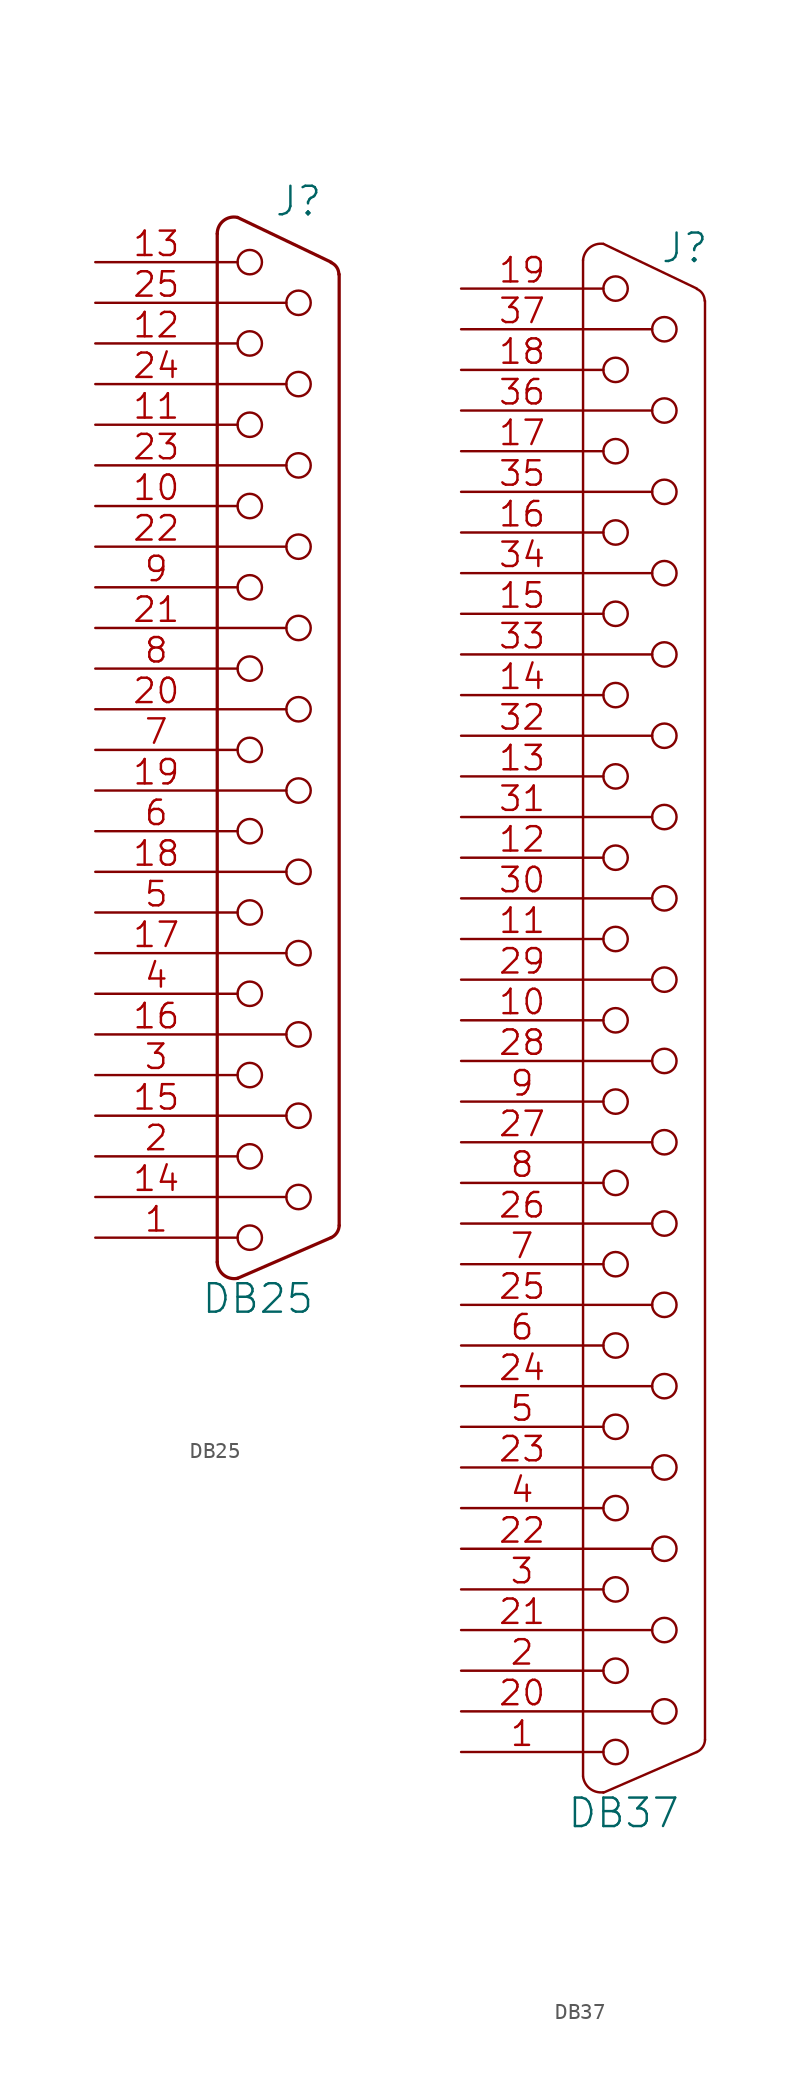
<source format=kicad_sym>
(kicad_symbol_lib
  (version 20220914)
  (generator kicad_symbol_editor)
  (symbol "DB25"
    (pin_names
      (offset 1.016) hide)
    (property "Reference" "J"
      (at 1.27 34.29 0)
      (effects (font (size 1.778 1.778))))
    (property "Value" "DB25"
      (at -1.27 -34.29 0)
      (effects (font (size 1.778 1.778))))
    (property "Footprint" ""
      (at 0 0 0)
      (effects (font (size 1.524 1.524))))
    (property "Datasheet" ""
      (at 0 0 0)
      (effects (font (size 1.524 1.524))))
    (symbol "DB25_0_1"
      (arc (start -3.81 -32.004) (mid -3.4118 -32.8103) (end -2.54 -33.02) (stroke (width 0.2032) (type default)) (fill (type none)))
      (arc (start -2.54 33.274) (mid -3.4192 33.0712) (end -3.81 32.258) (stroke (width 0.2032) (type default)) (fill (type none)))
      (circle (center -1.778 -30.48) (radius 0.762) (stroke (width 0) (type default)) (fill (type none)))
      (circle (center -1.778 -25.4) (radius 0.762) (stroke (width 0) (type default)) (fill (type none)))
      (circle (center -1.778 -20.32) (radius 0.762) (stroke (width 0) (type default)) (fill (type none)))
      (circle (center -1.778 -15.24) (radius 0.762) (stroke (width 0) (type default)) (fill (type none)))
      (circle (center -1.778 -10.16) (radius 0.762) (stroke (width 0) (type default)) (fill (type none)))
      (circle (center -1.778 -5.08) (radius 0.762) (stroke (width 0) (type default)) (fill (type none)))
      (circle (center -1.778 0) (radius 0.762) (stroke (width 0) (type default)) (fill (type none)))
      (circle (center -1.778 5.08) (radius 0.762) (stroke (width 0) (type default)) (fill (type none)))
      (circle (center -1.778 10.16) (radius 0.762) (stroke (width 0) (type default)) (fill (type none)))
      (circle (center -1.778 15.24) (radius 0.762) (stroke (width 0) (type default)) (fill (type none)))
      (circle (center -1.778 20.32) (radius 0.762) (stroke (width 0) (type default)) (fill (type none)))
      (circle (center -1.778 25.4) (radius 0.762) (stroke (width 0) (type default)) (fill (type none)))
      (circle (center -1.778 30.48) (radius 0.762) (stroke (width 0) (type default)) (fill (type none)))
      (polyline (pts (xy -3.81 -32.004) (xy -3.81 32.258)) (stroke (width 0.203) (type default)) (fill (type none)))
      (polyline (pts (xy -3.81 -30.48) (xy -2.54 -30.48)) (stroke (width 0) (type default)) (fill (type none)))
      (polyline (pts (xy -3.81 -27.94) (xy 0.508 -27.94)) (stroke (width 0) (type default)) (fill (type none)))
      (polyline (pts (xy -3.81 -25.4) (xy -2.54 -25.4)) (stroke (width 0) (type default)) (fill (type none)))
      (polyline (pts (xy -3.81 -22.86) (xy 0.508 -22.86)) (stroke (width 0) (type default)) (fill (type none)))
      (polyline (pts (xy -3.81 -20.32) (xy -2.54 -20.32)) (stroke (width 0) (type default)) (fill (type none)))
      (polyline (pts (xy -3.81 -17.78) (xy 0.508 -17.78)) (stroke (width 0) (type default)) (fill (type none)))
      (polyline (pts (xy -3.81 -15.24) (xy -2.54 -15.24)) (stroke (width 0) (type default)) (fill (type none)))
      (polyline (pts (xy -3.81 -12.7) (xy 0.508 -12.7)) (stroke (width 0) (type default)) (fill (type none)))
      (polyline (pts (xy -3.81 -10.16) (xy -2.54 -10.16)) (stroke (width 0) (type default)) (fill (type none)))
      (polyline (pts (xy -3.81 -7.62) (xy 0.508 -7.62)) (stroke (width 0) (type default)) (fill (type none)))
      (polyline (pts (xy -3.81 -5.08) (xy -2.54 -5.08)) (stroke (width 0) (type default)) (fill (type none)))
      (polyline (pts (xy -3.81 -2.54) (xy 0.508 -2.54)) (stroke (width 0) (type default)) (fill (type none)))
      (polyline (pts (xy -3.81 0) (xy -2.54 0)) (stroke (width 0) (type default)) (fill (type none)))
      (polyline (pts (xy -3.81 2.54) (xy 0.508 2.54)) (stroke (width 0) (type default)) (fill (type none)))
      (polyline (pts (xy -3.81 5.08) (xy -2.54 5.08)) (stroke (width 0) (type default)) (fill (type none)))
      (polyline (pts (xy -3.81 7.62) (xy 0.508 7.62)) (stroke (width 0) (type default)) (fill (type none)))
      (polyline (pts (xy -3.81 10.16) (xy -2.54 10.16)) (stroke (width 0) (type default)) (fill (type none)))
      (polyline (pts (xy -3.81 12.7) (xy 0.508 12.7)) (stroke (width 0) (type default)) (fill (type none)))
      (polyline (pts (xy -3.81 15.24) (xy -2.54 15.24)) (stroke (width 0) (type default)) (fill (type none)))
      (polyline (pts (xy -3.81 17.78) (xy 0.508 17.78)) (stroke (width 0) (type default)) (fill (type none)))
      (polyline (pts (xy -3.81 20.32) (xy -2.54 20.32)) (stroke (width 0) (type default)) (fill (type none)))
      (polyline (pts (xy -3.81 22.86) (xy 0.508 22.86)) (stroke (width 0) (type default)) (fill (type none)))
      (polyline (pts (xy -3.81 25.4) (xy -2.54 25.4)) (stroke (width 0) (type default)) (fill (type none)))
      (polyline (pts (xy -3.81 27.94) (xy 0.508 27.94)) (stroke (width 0) (type default)) (fill (type none)))
      (polyline (pts (xy -3.81 30.48) (xy -2.54 30.48)) (stroke (width 0) (type default)) (fill (type none)))
      (polyline (pts (xy -2.54 -33.02) (xy 3.302 -30.48)) (stroke (width 0.203) (type default)) (fill (type none)))
      (polyline (pts (xy 3.302 30.48) (xy -2.54 33.274)) (stroke (width 0.203) (type default)) (fill (type none)))
      (polyline (pts (xy 3.81 -29.718) (xy 3.81 29.718)) (stroke (width 0.203) (type default)) (fill (type none)))
      (circle (center 1.27 -27.94) (radius 0.762) (stroke (width 0) (type default)) (fill (type none)))
      (circle (center 1.27 -22.86) (radius 0.762) (stroke (width 0) (type default)) (fill (type none)))
      (circle (center 1.27 -17.78) (radius 0.762) (stroke (width 0) (type default)) (fill (type none)))
      (circle (center 1.27 -12.7) (radius 0.762) (stroke (width 0) (type default)) (fill (type none)))
      (circle (center 1.27 -7.62) (radius 0.762) (stroke (width 0) (type default)) (fill (type none)))
      (circle (center 1.27 -2.54) (radius 0.762) (stroke (width 0) (type default)) (fill (type none)))
      (circle (center 1.27 2.54) (radius 0.762) (stroke (width 0) (type default)) (fill (type none)))
      (circle (center 1.27 7.62) (radius 0.762) (stroke (width 0) (type default)) (fill (type none)))
      (circle (center 1.27 12.7) (radius 0.762) (stroke (width 0) (type default)) (fill (type none)))
      (circle (center 1.27 17.78) (radius 0.762) (stroke (width 0) (type default)) (fill (type none)))
      (circle (center 1.27 22.86) (radius 0.762) (stroke (width 0) (type default)) (fill (type none)))
      (circle (center 1.27 27.94) (radius 0.762) (stroke (width 0) (type default)) (fill (type none)))
      (arc (start 3.302 -30.48) (mid 3.6653 -30.1718) (end 3.81 -29.718) (stroke (width 0.2032) (type default)) (fill (type none)))
      (arc (start 3.7846 29.718) (mid 3.654 30.1598) (end 3.302 30.4546) (stroke (width 0.2032) (type default)) (fill (type none))))
    (symbol "DB25_1_1"
      (pin passive line (at -11.43 -30.48 0) (length 7.62) (name "1" (effects (font (size 1.524 1.524)))) (number "1" (effects (font (size 1.524 1.524)))))
      (pin passive line (at -11.43 15.24 0) (length 7.62) (name "10" (effects (font (size 1.524 1.524)))) (number "10" (effects (font (size 1.524 1.524)))))
      (pin passive line (at -11.43 20.32 0) (length 7.62) (name "11" (effects (font (size 1.524 1.524)))) (number "11" (effects (font (size 1.524 1.524)))))
      (pin passive line (at -11.43 25.4 0) (length 7.62) (name "12" (effects (font (size 1.524 1.524)))) (number "12" (effects (font (size 1.524 1.524)))))
      (pin passive line (at -11.43 30.48 0) (length 7.62) (name "13" (effects (font (size 1.524 1.524)))) (number "13" (effects (font (size 1.524 1.524)))))
      (pin passive line (at -11.43 -27.94 0) (length 7.62) (name "P14" (effects (font (size 1.524 1.524)))) (number "14" (effects (font (size 1.524 1.524)))))
      (pin passive line (at -11.43 -22.86 0) (length 7.62) (name "P15" (effects (font (size 1.524 1.524)))) (number "15" (effects (font (size 1.524 1.524)))))
      (pin passive line (at -11.43 -17.78 0) (length 7.62) (name "P16" (effects (font (size 1.524 1.524)))) (number "16" (effects (font (size 1.524 1.524)))))
      (pin passive line (at -11.43 -12.7 0) (length 7.62) (name "P17" (effects (font (size 1.524 1.524)))) (number "17" (effects (font (size 1.524 1.524)))))
      (pin passive line (at -11.43 -7.62 0) (length 7.62) (name "P18" (effects (font (size 1.524 1.524)))) (number "18" (effects (font (size 1.524 1.524)))))
      (pin passive line (at -11.43 -2.54 0) (length 7.62) (name "P19" (effects (font (size 1.524 1.524)))) (number "19" (effects (font (size 1.524 1.524)))))
      (pin passive line (at -11.43 -25.4 0) (length 7.62) (name "2" (effects (font (size 1.524 1.524)))) (number "2" (effects (font (size 1.524 1.524)))))
      (pin passive line (at -11.43 2.54 0) (length 7.62) (name "P20" (effects (font (size 1.524 1.524)))) (number "20" (effects (font (size 1.524 1.524)))))
      (pin passive line (at -11.43 7.62 0) (length 7.62) (name "P21" (effects (font (size 1.524 1.524)))) (number "21" (effects (font (size 1.524 1.524)))))
      (pin passive line (at -11.43 12.7 0) (length 7.62) (name "P22" (effects (font (size 1.524 1.524)))) (number "22" (effects (font (size 1.524 1.524)))))
      (pin passive line (at -11.43 17.78 0) (length 7.62) (name "P23" (effects (font (size 1.524 1.524)))) (number "23" (effects (font (size 1.524 1.524)))))
      (pin passive line (at -11.43 22.86 0) (length 7.62) (name "P24" (effects (font (size 1.524 1.524)))) (number "24" (effects (font (size 1.524 1.524)))))
      (pin passive line (at -11.43 27.94 0) (length 7.62) (name "P25" (effects (font (size 1.524 1.524)))) (number "25" (effects (font (size 1.524 1.524)))))
      (pin passive line (at -11.43 -20.32 0) (length 7.62) (name "3" (effects (font (size 1.524 1.524)))) (number "3" (effects (font (size 1.524 1.524)))))
      (pin passive line (at -11.43 -15.24 0) (length 7.62) (name "4" (effects (font (size 1.524 1.524)))) (number "4" (effects (font (size 1.524 1.524)))))
      (pin passive line (at -11.43 -10.16 0) (length 7.62) (name "5" (effects (font (size 1.524 1.524)))) (number "5" (effects (font (size 1.524 1.524)))))
      (pin passive line (at -11.43 -5.08 0) (length 7.62) (name "6" (effects (font (size 1.524 1.524)))) (number "6" (effects (font (size 1.524 1.524)))))
      (pin passive line (at -11.43 0 0) (length 7.62) (name "7" (effects (font (size 1.524 1.524)))) (number "7" (effects (font (size 1.524 1.524)))))
      (pin passive line (at -11.43 5.08 0) (length 7.62) (name "8" (effects (font (size 1.524 1.524)))) (number "8" (effects (font (size 1.524 1.524)))))
      (pin passive line (at -11.43 10.16 0) (length 7.62) (name "9" (effects (font (size 1.524 1.524)))) (number "9" (effects (font (size 1.524 1.524)))))))
  (symbol "DB37"
    (pin_names
      (offset 1.016) hide)
    (property "Reference" "J"
      (at 2.54 48.26 0)
      (effects (font (size 1.778 1.778))))
    (property "Value" "DB37"
      (at -1.27 -49.53 0)
      (effects (font (size 1.778 1.778))))
    (property "Footprint" ""
      (at 0 0 0)
      (effects (font (size 1.524 1.524))))
    (property "Datasheet" ""
      (at 0 0 0)
      (effects (font (size 1.524 1.524))))
    (symbol "DB37_0_1"
      (arc (start -3.81 -47.244) (mid -3.383 -48.0048) (end -2.54 -48.2346) (stroke (width 0) (type default)) (fill (type none)))
      (arc (start -2.54 48.514) (mid -3.3949 48.2789) (end -3.81 47.498) (stroke (width 0) (type default)) (fill (type none)))
      (circle (center -1.778 -45.72) (radius 0.762) (stroke (width 0) (type default)) (fill (type none)))
      (circle (center -1.778 -40.64) (radius 0.762) (stroke (width 0) (type default)) (fill (type none)))
      (circle (center -1.778 -35.56) (radius 0.762) (stroke (width 0) (type default)) (fill (type none)))
      (circle (center -1.778 -30.48) (radius 0.762) (stroke (width 0) (type default)) (fill (type none)))
      (circle (center -1.778 -25.4) (radius 0.762) (stroke (width 0) (type default)) (fill (type none)))
      (circle (center -1.778 -20.32) (radius 0.762) (stroke (width 0) (type default)) (fill (type none)))
      (circle (center -1.778 -15.24) (radius 0.762) (stroke (width 0) (type default)) (fill (type none)))
      (circle (center -1.778 -10.16) (radius 0.762) (stroke (width 0) (type default)) (fill (type none)))
      (circle (center -1.778 -5.08) (radius 0.762) (stroke (width 0) (type default)) (fill (type none)))
      (circle (center -1.778 0) (radius 0.762) (stroke (width 0) (type default)) (fill (type none)))
      (circle (center -1.778 5.08) (radius 0.762) (stroke (width 0) (type default)) (fill (type none)))
      (circle (center -1.778 10.16) (radius 0.762) (stroke (width 0) (type default)) (fill (type none)))
      (circle (center -1.778 15.24) (radius 0.762) (stroke (width 0) (type default)) (fill (type none)))
      (circle (center -1.778 20.32) (radius 0.762) (stroke (width 0) (type default)) (fill (type none)))
      (circle (center -1.778 25.4) (radius 0.762) (stroke (width 0) (type default)) (fill (type none)))
      (circle (center -1.778 30.48) (radius 0.762) (stroke (width 0) (type default)) (fill (type none)))
      (circle (center -1.778 35.56) (radius 0.762) (stroke (width 0) (type default)) (fill (type none)))
      (circle (center -1.778 40.64) (radius 0.762) (stroke (width 0) (type default)) (fill (type none)))
      (circle (center -1.778 45.72) (radius 0.762) (stroke (width 0) (type default)) (fill (type none)))
      (polyline (pts (xy -3.81 -45.72) (xy -2.54 -45.72)) (stroke (width 0) (type default)) (fill (type none)))
      (polyline (pts (xy -3.81 -43.18) (xy 0.508 -43.18)) (stroke (width 0) (type default)) (fill (type none)))
      (polyline (pts (xy -3.81 -40.64) (xy -2.54 -40.64)) (stroke (width 0) (type default)) (fill (type none)))
      (polyline (pts (xy -3.81 -38.1) (xy 0.508 -38.1)) (stroke (width 0) (type default)) (fill (type none)))
      (polyline (pts (xy -3.81 -35.56) (xy -2.54 -35.56)) (stroke (width 0) (type default)) (fill (type none)))
      (polyline (pts (xy -3.81 -33.02) (xy 0.508 -33.02)) (stroke (width 0) (type default)) (fill (type none)))
      (polyline (pts (xy -3.81 -30.48) (xy -2.54 -30.48)) (stroke (width 0) (type default)) (fill (type none)))
      (polyline (pts (xy -3.81 -27.94) (xy 0.508 -27.94)) (stroke (width 0) (type default)) (fill (type none)))
      (polyline (pts (xy -3.81 -25.4) (xy -2.54 -25.4)) (stroke (width 0) (type default)) (fill (type none)))
      (polyline (pts (xy -3.81 -22.86) (xy 0.508 -22.86)) (stroke (width 0) (type default)) (fill (type none)))
      (polyline (pts (xy -3.81 -20.32) (xy -2.54 -20.32)) (stroke (width 0) (type default)) (fill (type none)))
      (polyline (pts (xy -3.81 -17.78) (xy 0.508 -17.78)) (stroke (width 0) (type default)) (fill (type none)))
      (polyline (pts (xy -3.81 -15.24) (xy -2.54 -15.24)) (stroke (width 0) (type default)) (fill (type none)))
      (polyline (pts (xy -3.81 -12.7) (xy 0.508 -12.7)) (stroke (width 0) (type default)) (fill (type none)))
      (polyline (pts (xy -3.81 -10.16) (xy -2.54 -10.16)) (stroke (width 0) (type default)) (fill (type none)))
      (polyline (pts (xy -3.81 -7.62) (xy 0.508 -7.62)) (stroke (width 0) (type default)) (fill (type none)))
      (polyline (pts (xy -3.81 -5.08) (xy -2.54 -5.08)) (stroke (width 0) (type default)) (fill (type none)))
      (polyline (pts (xy -3.81 -2.54) (xy 0.508 -2.54)) (stroke (width 0) (type default)) (fill (type none)))
      (polyline (pts (xy -3.81 0) (xy -2.54 0)) (stroke (width 0) (type default)) (fill (type none)))
      (polyline (pts (xy -3.81 2.54) (xy 0.508 2.54)) (stroke (width 0) (type default)) (fill (type none)))
      (polyline (pts (xy -3.81 5.08) (xy -2.54 5.08)) (stroke (width 0) (type default)) (fill (type none)))
      (polyline (pts (xy -3.81 7.62) (xy 0.508 7.62)) (stroke (width 0) (type default)) (fill (type none)))
      (polyline (pts (xy -3.81 10.16) (xy -2.54 10.16)) (stroke (width 0) (type default)) (fill (type none)))
      (polyline (pts (xy -3.81 12.7) (xy 0.508 12.7)) (stroke (width 0) (type default)) (fill (type none)))
      (polyline (pts (xy -3.81 15.24) (xy -2.54 15.24)) (stroke (width 0) (type default)) (fill (type none)))
      (polyline (pts (xy -3.81 17.78) (xy 0.508 17.78)) (stroke (width 0) (type default)) (fill (type none)))
      (polyline (pts (xy -3.81 20.32) (xy -2.54 20.32)) (stroke (width 0) (type default)) (fill (type none)))
      (polyline (pts (xy -3.81 22.86) (xy 0.508 22.86)) (stroke (width 0) (type default)) (fill (type none)))
      (polyline (pts (xy -3.81 25.4) (xy -2.54 25.4)) (stroke (width 0) (type default)) (fill (type none)))
      (polyline (pts (xy -3.81 27.94) (xy 0.508 27.94)) (stroke (width 0) (type default)) (fill (type none)))
      (polyline (pts (xy -3.81 30.48) (xy -2.54 30.48)) (stroke (width 0) (type default)) (fill (type none)))
      (polyline (pts (xy -3.81 33.02) (xy 0.508 33.02)) (stroke (width 0) (type default)) (fill (type none)))
      (polyline (pts (xy -3.81 35.56) (xy -2.54 35.56)) (stroke (width 0) (type default)) (fill (type none)))
      (polyline (pts (xy -3.81 38.1) (xy 0.508 38.1)) (stroke (width 0) (type default)) (fill (type none)))
      (polyline (pts (xy -3.81 40.64) (xy -2.54 40.64)) (stroke (width 0) (type default)) (fill (type none)))
      (polyline (pts (xy -3.81 43.18) (xy 0.508 43.18)) (stroke (width 0) (type default)) (fill (type none)))
      (polyline (pts (xy -3.81 45.72) (xy -2.54 45.72)) (stroke (width 0) (type default)) (fill (type none)))
      (polyline (pts (xy -3.81 47.498) (xy -3.81 -47.219)) (stroke (width 0) (type default)) (fill (type none)))
      (polyline (pts (xy -2.54 -48.26) (xy 3.302 -45.72)) (stroke (width 0) (type default)) (fill (type none)))
      (polyline (pts (xy -2.54 48.514) (xy 3.302 45.72)) (stroke (width 0) (type default)) (fill (type none)))
      (polyline (pts (xy 3.81 -44.958) (xy 3.81 44.958)) (stroke (width 0) (type default)) (fill (type none)))
      (circle (center 1.27 -43.18) (radius 0.762) (stroke (width 0) (type default)) (fill (type none)))
      (circle (center 1.27 -38.1) (radius 0.762) (stroke (width 0) (type default)) (fill (type none)))
      (circle (center 1.27 -33.02) (radius 0.762) (stroke (width 0) (type default)) (fill (type none)))
      (circle (center 1.27 -27.94) (radius 0.762) (stroke (width 0) (type default)) (fill (type none)))
      (circle (center 1.27 -22.86) (radius 0.762) (stroke (width 0) (type default)) (fill (type none)))
      (circle (center 1.27 -17.78) (radius 0.762) (stroke (width 0) (type default)) (fill (type none)))
      (circle (center 1.27 -12.7) (radius 0.762) (stroke (width 0) (type default)) (fill (type none)))
      (circle (center 1.27 -7.62) (radius 0.762) (stroke (width 0) (type default)) (fill (type none)))
      (circle (center 1.27 -2.54) (radius 0.762) (stroke (width 0) (type default)) (fill (type none)))
      (circle (center 1.27 2.54) (radius 0.762) (stroke (width 0) (type default)) (fill (type none)))
      (circle (center 1.27 7.62) (radius 0.762) (stroke (width 0) (type default)) (fill (type none)))
      (circle (center 1.27 12.7) (radius 0.762) (stroke (width 0) (type default)) (fill (type none)))
      (circle (center 1.27 17.78) (radius 0.762) (stroke (width 0) (type default)) (fill (type none)))
      (circle (center 1.27 22.86) (radius 0.762) (stroke (width 0) (type default)) (fill (type none)))
      (circle (center 1.27 27.94) (radius 0.762) (stroke (width 0) (type default)) (fill (type none)))
      (circle (center 1.27 33.02) (radius 0.762) (stroke (width 0) (type default)) (fill (type none)))
      (circle (center 1.27 38.1) (radius 0.762) (stroke (width 0) (type default)) (fill (type none)))
      (circle (center 1.27 43.18) (radius 0.762) (stroke (width 0) (type default)) (fill (type none)))
      (arc (start 3.302 -45.72) (mid 3.6645 -45.4102) (end 3.81 -44.958) (stroke (width 0) (type default)) (fill (type none)))
      (arc (start 3.7846 44.958) (mid 3.654 45.3998) (end 3.302 45.6946) (stroke (width 0) (type default)) (fill (type none))))
    (symbol "DB37_1_1"
      (pin passive line (at -11.43 -45.72 0) (length 7.62) (name "1" (effects (font (size 1.524 1.524)))) (number "1" (effects (font (size 1.524 1.524)))))
      (pin passive line (at -11.43 0 0) (length 7.62) (name "10" (effects (font (size 1.524 1.524)))) (number "10" (effects (font (size 1.524 1.524)))))
      (pin passive line (at -11.43 5.08 0) (length 7.62) (name "11" (effects (font (size 1.524 1.524)))) (number "11" (effects (font (size 1.524 1.524)))))
      (pin passive line (at -11.43 10.16 0) (length 7.62) (name "12" (effects (font (size 1.524 1.524)))) (number "12" (effects (font (size 1.524 1.524)))))
      (pin passive line (at -11.43 15.24 0) (length 7.62) (name "13" (effects (font (size 1.524 1.524)))) (number "13" (effects (font (size 1.524 1.524)))))
      (pin passive line (at -11.43 20.32 0) (length 7.62) (name "14" (effects (font (size 1.524 1.524)))) (number "14" (effects (font (size 1.524 1.524)))))
      (pin passive line (at -11.43 25.4 0) (length 7.62) (name "15" (effects (font (size 1.524 1.524)))) (number "15" (effects (font (size 1.524 1.524)))))
      (pin passive line (at -11.43 30.48 0) (length 7.62) (name "16" (effects (font (size 1.524 1.524)))) (number "16" (effects (font (size 1.524 1.524)))))
      (pin passive line (at -11.43 35.56 0) (length 7.62) (name "17" (effects (font (size 1.524 1.524)))) (number "17" (effects (font (size 1.524 1.524)))))
      (pin passive line (at -11.43 40.64 0) (length 7.62) (name "18" (effects (font (size 1.524 1.524)))) (number "18" (effects (font (size 1.524 1.524)))))
      (pin passive line (at -11.43 45.72 0) (length 7.62) (name "19" (effects (font (size 1.524 1.524)))) (number "19" (effects (font (size 1.524 1.524)))))
      (pin passive line (at -11.43 -40.64 0) (length 7.62) (name "2" (effects (font (size 1.524 1.524)))) (number "2" (effects (font (size 1.524 1.524)))))
      (pin passive line (at -11.43 -43.18 0) (length 7.62) (name "20" (effects (font (size 1.524 1.524)))) (number "20" (effects (font (size 1.524 1.524)))))
      (pin passive line (at -11.43 -38.1 0) (length 7.62) (name "21" (effects (font (size 1.524 1.524)))) (number "21" (effects (font (size 1.524 1.524)))))
      (pin passive line (at -11.43 -33.02 0) (length 7.62) (name "22" (effects (font (size 1.524 1.524)))) (number "22" (effects (font (size 1.524 1.524)))))
      (pin passive line (at -11.43 -27.94 0) (length 7.62) (name "23" (effects (font (size 1.524 1.524)))) (number "23" (effects (font (size 1.524 1.524)))))
      (pin passive line (at -11.43 -22.86 0) (length 7.62) (name "24" (effects (font (size 1.524 1.524)))) (number "24" (effects (font (size 1.524 1.524)))))
      (pin passive line (at -11.43 -17.78 0) (length 7.62) (name "25" (effects (font (size 1.524 1.524)))) (number "25" (effects (font (size 1.524 1.524)))))
      (pin passive line (at -11.43 -12.7 0) (length 7.62) (name "26" (effects (font (size 1.524 1.524)))) (number "26" (effects (font (size 1.524 1.524)))))
      (pin passive line (at -11.43 -7.62 0) (length 7.62) (name "27" (effects (font (size 1.524 1.524)))) (number "27" (effects (font (size 1.524 1.524)))))
      (pin passive line (at -11.43 -2.54 0) (length 7.62) (name "28" (effects (font (size 1.524 1.524)))) (number "28" (effects (font (size 1.524 1.524)))))
      (pin passive line (at -11.43 2.54 0) (length 7.62) (name "29" (effects (font (size 1.524 1.524)))) (number "29" (effects (font (size 1.524 1.524)))))
      (pin passive line (at -11.43 -35.56 0) (length 7.62) (name "3" (effects (font (size 1.524 1.524)))) (number "3" (effects (font (size 1.524 1.524)))))
      (pin passive line (at -11.43 7.62 0) (length 7.62) (name "30" (effects (font (size 1.524 1.524)))) (number "30" (effects (font (size 1.524 1.524)))))
      (pin passive line (at -11.43 12.7 0) (length 7.62) (name "31" (effects (font (size 1.524 1.524)))) (number "31" (effects (font (size 1.524 1.524)))))
      (pin passive line (at -11.43 17.78 0) (length 7.62) (name "32" (effects (font (size 1.524 1.524)))) (number "32" (effects (font (size 1.524 1.524)))))
      (pin passive line (at -11.43 22.86 0) (length 7.62) (name "33" (effects (font (size 1.524 1.524)))) (number "33" (effects (font (size 1.524 1.524)))))
      (pin passive line (at -11.43 27.94 0) (length 7.62) (name "34" (effects (font (size 1.524 1.524)))) (number "34" (effects (font (size 1.524 1.524)))))
      (pin passive line (at -11.43 33.02 0) (length 7.62) (name "35" (effects (font (size 1.524 1.524)))) (number "35" (effects (font (size 1.524 1.524)))))
      (pin passive line (at -11.43 38.1 0) (length 7.62) (name "36" (effects (font (size 1.524 1.524)))) (number "36" (effects (font (size 1.524 1.524)))))
      (pin passive line (at -11.43 43.18 0) (length 7.62) (name "37" (effects (font (size 1.524 1.524)))) (number "37" (effects (font (size 1.524 1.524)))))
      (pin passive line (at -11.43 -30.48 0) (length 7.62) (name "4" (effects (font (size 1.524 1.524)))) (number "4" (effects (font (size 1.524 1.524)))))
      (pin passive line (at -11.43 -25.4 0) (length 7.62) (name "5" (effects (font (size 1.524 1.524)))) (number "5" (effects (font (size 1.524 1.524)))))
      (pin passive line (at -11.43 -20.32 0) (length 7.62) (name "6" (effects (font (size 1.524 1.524)))) (number "6" (effects (font (size 1.524 1.524)))))
      (pin passive line (at -11.43 -15.24 0) (length 7.62) (name "7" (effects (font (size 1.524 1.524)))) (number "7" (effects (font (size 1.524 1.524)))))
      (pin passive line (at -11.43 -10.16 0) (length 7.62) (name "8" (effects (font (size 1.524 1.524)))) (number "8" (effects (font (size 1.524 1.524)))))
      (pin passive line (at -11.43 -5.08 0) (length 7.62) (name "9" (effects (font (size 1.524 1.524)))) (number "9" (effects (font (size 1.524 1.524))))))))
</source>
